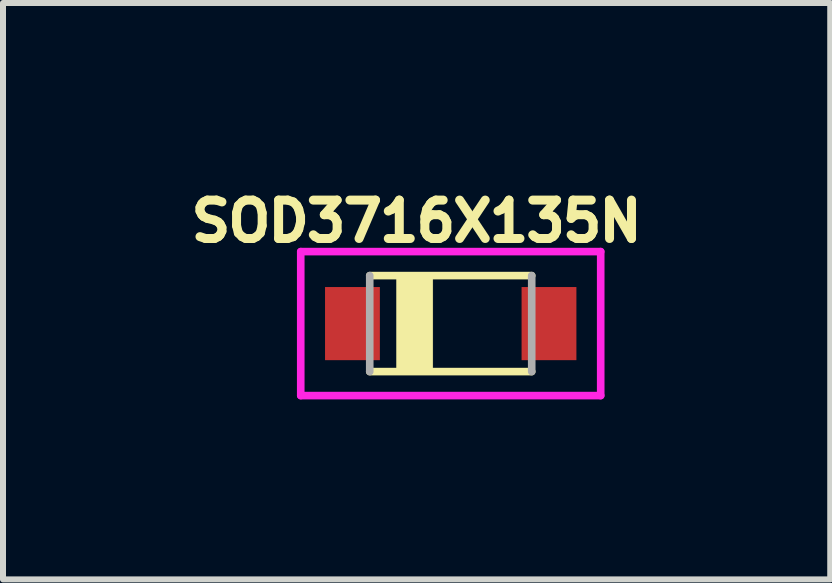
<source format=kicad_pcb>
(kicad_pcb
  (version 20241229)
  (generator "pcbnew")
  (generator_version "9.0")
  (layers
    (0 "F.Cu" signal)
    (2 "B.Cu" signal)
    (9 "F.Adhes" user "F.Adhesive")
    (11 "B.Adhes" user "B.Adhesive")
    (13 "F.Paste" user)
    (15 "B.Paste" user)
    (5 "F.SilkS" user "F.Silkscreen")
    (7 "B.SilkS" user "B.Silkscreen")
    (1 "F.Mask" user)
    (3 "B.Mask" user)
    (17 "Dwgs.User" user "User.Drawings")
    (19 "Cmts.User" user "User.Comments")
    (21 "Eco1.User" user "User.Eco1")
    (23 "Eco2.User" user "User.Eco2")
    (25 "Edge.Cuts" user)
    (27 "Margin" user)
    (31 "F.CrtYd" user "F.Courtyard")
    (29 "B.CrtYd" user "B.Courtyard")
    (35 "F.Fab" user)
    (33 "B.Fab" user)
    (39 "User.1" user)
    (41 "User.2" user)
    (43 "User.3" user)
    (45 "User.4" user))
  (footprint "SOD3716X135N"
    (layer "F.Cu")
    (at 4.463 2.344)
    (property "Reference" "SOD3716X135N" (at -0.568 -1.707 0) (layer "F.SilkS") (effects (font (size 0.64 0.64) (thickness 0.15))))
    (attr through_hole)
    (fp_line (start -1.35 -0.8) (end 1.35 -0.8) (stroke (width 0.127) (type solid)) (layer "F.SilkS"))
    (fp_line (start 1.35 0.8) (end -1.35 0.8) (stroke (width 0.127) (type solid)) (layer "F.SilkS"))
    (fp_poly (pts (xy -0.901 -0.8) (xy -0.3 -0.8) (xy -0.3 0.801) (xy -0.901 0.801)) (stroke (width 0.01) (type solid)) (fill yes) (layer "F.SilkS"))
    (fp_line (start -2.5 -1.2) (end -2.5 1.2) (stroke (width 0.127) (type solid)) (layer "F.CrtYd"))
    (fp_line (start -2.5 1.2) (end 2.5 1.2) (stroke (width 0.127) (type solid)) (layer "F.CrtYd"))
    (fp_line (start 2.5 -1.2) (end -2.5 -1.2) (stroke (width 0.127) (type solid)) (layer "F.CrtYd"))
    (fp_line (start 2.5 1.2) (end 2.5 -1.2) (stroke (width 0.127) (type solid)) (layer "F.CrtYd"))
    (fp_line (start -1.35 0.8) (end -1.35 -0.8) (stroke (width 0.127) (type solid)) (layer "F.Fab"))
    (fp_line (start 1.35 -0.8) (end 1.35 0.8) (stroke (width 0.127) (type solid)) (layer "F.Fab"))
    (pad "A" smd rect (at 1.638 0) (size 0.914 1.219) (layers "F.Cu" "F.Mask" "F.Paste"))
    (pad "C" smd rect (at -1.638 0) (size 0.914 1.219) (layers "F.Cu" "F.Mask" "F.Paste")))
  (gr_rect
    (start -3 -3)
    (end 10.789 6.608)
    (stroke (width 0.1) (type default))
    (fill no)
    (layer "Edge.Cuts")))
</source>
